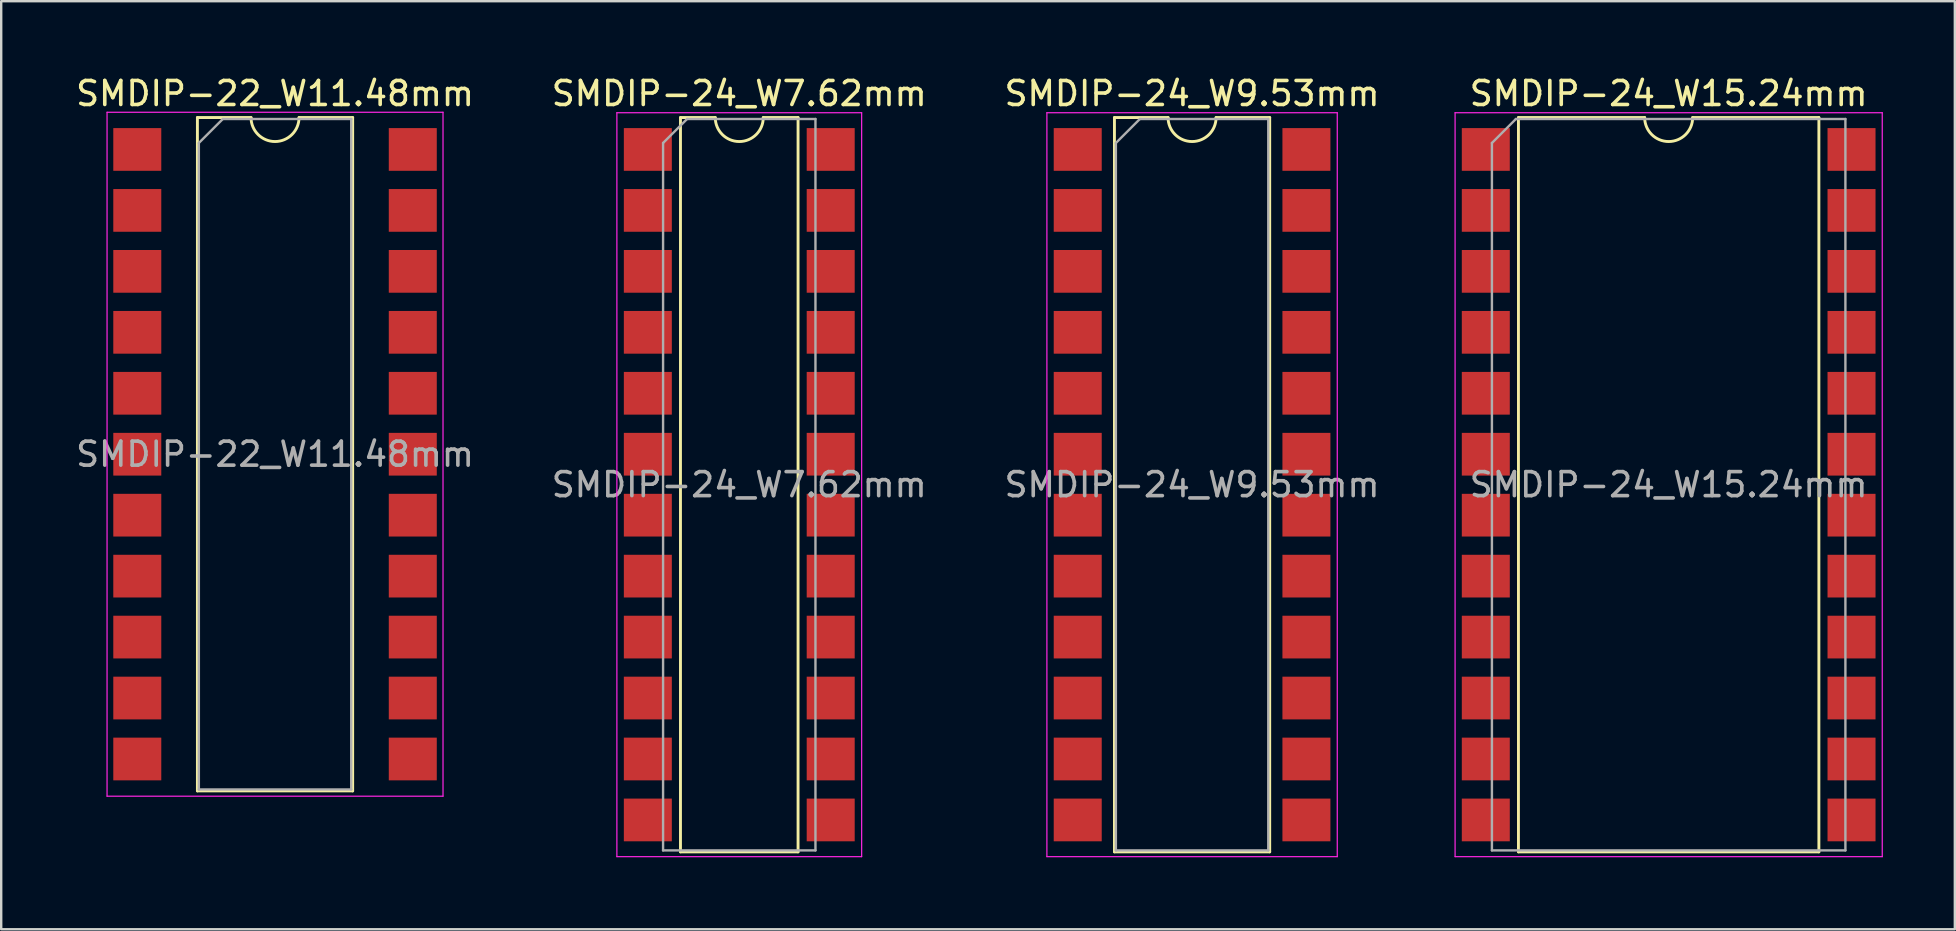
<source format=kicad_pcb>
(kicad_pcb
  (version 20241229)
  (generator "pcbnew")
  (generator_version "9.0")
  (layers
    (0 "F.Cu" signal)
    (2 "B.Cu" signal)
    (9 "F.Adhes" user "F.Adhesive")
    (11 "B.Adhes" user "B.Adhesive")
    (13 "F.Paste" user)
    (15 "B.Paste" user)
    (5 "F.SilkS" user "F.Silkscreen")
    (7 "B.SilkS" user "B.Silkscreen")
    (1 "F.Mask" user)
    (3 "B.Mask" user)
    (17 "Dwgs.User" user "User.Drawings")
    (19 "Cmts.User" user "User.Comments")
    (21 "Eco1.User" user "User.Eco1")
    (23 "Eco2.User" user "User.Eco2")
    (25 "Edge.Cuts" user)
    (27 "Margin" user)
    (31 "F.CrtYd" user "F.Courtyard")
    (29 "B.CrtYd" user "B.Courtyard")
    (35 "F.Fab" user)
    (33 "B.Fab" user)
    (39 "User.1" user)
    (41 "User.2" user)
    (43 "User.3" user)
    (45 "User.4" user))
  (footprint "SMDIP-24_W9.53mm"
    (layer "F.Cu")
    (at 46.625 17.148)
    (property "Reference" "SMDIP-24_W9.53mm" (at 0 -16.3 0) (layer "F.SilkS") (effects (font (size 1 1) (thickness 0.15))))
    (attr smd)
    (fp_line (start -3.235 -15.3) (end -3.235 15.3) (stroke (width 0.12) (type solid)) (layer "F.SilkS"))
    (fp_line (start -3.235 15.3) (end 3.235 15.3) (stroke (width 0.12) (type solid)) (layer "F.SilkS"))
    (fp_line (start -1 -15.3) (end -3.235 -15.3) (stroke (width 0.12) (type solid)) (layer "F.SilkS"))
    (fp_line (start 3.235 -15.3) (end 1 -15.3) (stroke (width 0.12) (type solid)) (layer "F.SilkS"))
    (fp_line (start 3.235 15.3) (end 3.235 -15.3) (stroke (width 0.12) (type solid)) (layer "F.SilkS"))
    (fp_arc (start 1 -15.3) (mid 0 -14.3) (end -1 -15.3) (stroke (width 0.12) (type solid)) (layer "F.SilkS"))
    (fp_line (start -6.05 -15.5) (end -6.05 15.5) (stroke (width 0.05) (type solid)) (layer "F.CrtYd"))
    (fp_line (start -6.05 15.5) (end 6.05 15.5) (stroke (width 0.05) (type solid)) (layer "F.CrtYd"))
    (fp_line (start 6.05 -15.5) (end -6.05 -15.5) (stroke (width 0.05) (type solid)) (layer "F.CrtYd"))
    (fp_line (start 6.05 15.5) (end 6.05 -15.5) (stroke (width 0.05) (type solid)) (layer "F.CrtYd"))
    (fp_line (start -3.175 -14.24) (end -2.175 -15.24) (stroke (width 0.1) (type solid)) (layer "F.Fab"))
    (fp_line (start -3.175 15.24) (end -3.175 -14.24) (stroke (width 0.1) (type solid)) (layer "F.Fab"))
    (fp_line (start -2.175 -15.24) (end 3.175 -15.24) (stroke (width 0.1) (type solid)) (layer "F.Fab"))
    (fp_line (start 3.175 -15.24) (end 3.175 15.24) (stroke (width 0.1) (type solid)) (layer "F.Fab"))
    (fp_line (start 3.175 15.24) (end -3.175 15.24) (stroke (width 0.1) (type solid)) (layer "F.Fab"))
    (fp_text user "${REFERENCE}" (at 0 0 0) (layer "F.Fab") (effects (font (size 1 1) (thickness 0.15))))
    (pad "1" smd rect (at -4.765 -13.97) (size 2 1.78) (layers "F.Cu" "F.Mask" "F.Paste"))
    (pad "2" smd rect (at -4.765 -11.43) (size 2 1.78) (layers "F.Cu" "F.Mask" "F.Paste"))
    (pad "3" smd rect (at -4.765 -8.89) (size 2 1.78) (layers "F.Cu" "F.Mask" "F.Paste"))
    (pad "4" smd rect (at -4.765 -6.35) (size 2 1.78) (layers "F.Cu" "F.Mask" "F.Paste"))
    (pad "5" smd rect (at -4.765 -3.81) (size 2 1.78) (layers "F.Cu" "F.Mask" "F.Paste"))
    (pad "6" smd rect (at -4.765 -1.27) (size 2 1.78) (layers "F.Cu" "F.Mask" "F.Paste"))
    (pad "7" smd rect (at -4.765 1.27) (size 2 1.78) (layers "F.Cu" "F.Mask" "F.Paste"))
    (pad "8" smd rect (at -4.765 3.81) (size 2 1.78) (layers "F.Cu" "F.Mask" "F.Paste"))
    (pad "9" smd rect (at -4.765 6.35) (size 2 1.78) (layers "F.Cu" "F.Mask" "F.Paste"))
    (pad "10" smd rect (at -4.765 8.89) (size 2 1.78) (layers "F.Cu" "F.Mask" "F.Paste"))
    (pad "11" smd rect (at -4.765 11.43) (size 2 1.78) (layers "F.Cu" "F.Mask" "F.Paste"))
    (pad "12" smd rect (at -4.765 13.97) (size 2 1.78) (layers "F.Cu" "F.Mask" "F.Paste"))
    (pad "13" smd rect (at 4.765 13.97) (size 2 1.78) (layers "F.Cu" "F.Mask" "F.Paste"))
    (pad "14" smd rect (at 4.765 11.43) (size 2 1.78) (layers "F.Cu" "F.Mask" "F.Paste"))
    (pad "15" smd rect (at 4.765 8.89) (size 2 1.78) (layers "F.Cu" "F.Mask" "F.Paste"))
    (pad "16" smd rect (at 4.765 6.35) (size 2 1.78) (layers "F.Cu" "F.Mask" "F.Paste"))
    (pad "17" smd rect (at 4.765 3.81) (size 2 1.78) (layers "F.Cu" "F.Mask" "F.Paste"))
    (pad "18" smd rect (at 4.765 1.27) (size 2 1.78) (layers "F.Cu" "F.Mask" "F.Paste"))
    (pad "19" smd rect (at 4.765 -1.27) (size 2 1.78) (layers "F.Cu" "F.Mask" "F.Paste"))
    (pad "20" smd rect (at 4.765 -3.81) (size 2 1.78) (layers "F.Cu" "F.Mask" "F.Paste"))
    (pad "21" smd rect (at 4.765 -6.35) (size 2 1.78) (layers "F.Cu" "F.Mask" "F.Paste"))
    (pad "22" smd rect (at 4.765 -8.89) (size 2 1.78) (layers "F.Cu" "F.Mask" "F.Paste"))
    (pad "23" smd rect (at 4.765 -11.43) (size 2 1.78) (layers "F.Cu" "F.Mask" "F.Paste"))
    (pad "24" smd rect (at 4.765 -13.97) (size 2 1.78) (layers "F.Cu" "F.Mask" "F.Paste")))
  (footprint "SMDIP-22_W11.48mm"
    (layer "F.Cu")
    (at 8.411 15.878)
    (property "Reference" "SMDIP-22_W11.48mm" (at 0 -15.03 0) (layer "F.SilkS") (effects (font (size 1 1) (thickness 0.15))))
    (attr smd)
    (fp_line (start -3.235 -14.03) (end -3.235 14.03) (stroke (width 0.12) (type solid)) (layer "F.SilkS"))
    (fp_line (start -3.235 14.03) (end 3.235 14.03) (stroke (width 0.12) (type solid)) (layer "F.SilkS"))
    (fp_line (start -1 -14.03) (end -3.235 -14.03) (stroke (width 0.12) (type solid)) (layer "F.SilkS"))
    (fp_line (start 3.235 -14.03) (end 1 -14.03) (stroke (width 0.12) (type solid)) (layer "F.SilkS"))
    (fp_line (start 3.235 14.03) (end 3.235 -14.03) (stroke (width 0.12) (type solid)) (layer "F.SilkS"))
    (fp_arc (start 1 -14.03) (mid 0 -13.03) (end -1 -14.03) (stroke (width 0.12) (type solid)) (layer "F.SilkS"))
    (fp_line (start -7 -14.25) (end -7 14.25) (stroke (width 0.05) (type solid)) (layer "F.CrtYd"))
    (fp_line (start -7 14.25) (end 7 14.25) (stroke (width 0.05) (type solid)) (layer "F.CrtYd"))
    (fp_line (start 7 -14.25) (end -7 -14.25) (stroke (width 0.05) (type solid)) (layer "F.CrtYd"))
    (fp_line (start 7 14.25) (end 7 -14.25) (stroke (width 0.05) (type solid)) (layer "F.CrtYd"))
    (fp_line (start -3.175 -12.97) (end -2.175 -13.97) (stroke (width 0.1) (type solid)) (layer "F.Fab"))
    (fp_line (start -3.175 13.97) (end -3.175 -12.97) (stroke (width 0.1) (type solid)) (layer "F.Fab"))
    (fp_line (start -2.175 -13.97) (end 3.175 -13.97) (stroke (width 0.1) (type solid)) (layer "F.Fab"))
    (fp_line (start 3.175 -13.97) (end 3.175 13.97) (stroke (width 0.1) (type solid)) (layer "F.Fab"))
    (fp_line (start 3.175 13.97) (end -3.175 13.97) (stroke (width 0.1) (type solid)) (layer "F.Fab"))
    (fp_text user "${REFERENCE}" (at 0 0 0) (layer "F.Fab") (effects (font (size 1 1) (thickness 0.15))))
    (pad "1" smd rect (at -5.74 -12.7) (size 2 1.78) (layers "F.Cu" "F.Mask" "F.Paste"))
    (pad "2" smd rect (at -5.74 -10.16) (size 2 1.78) (layers "F.Cu" "F.Mask" "F.Paste"))
    (pad "3" smd rect (at -5.74 -7.62) (size 2 1.78) (layers "F.Cu" "F.Mask" "F.Paste"))
    (pad "4" smd rect (at -5.74 -5.08) (size 2 1.78) (layers "F.Cu" "F.Mask" "F.Paste"))
    (pad "5" smd rect (at -5.74 -2.54) (size 2 1.78) (layers "F.Cu" "F.Mask" "F.Paste"))
    (pad "6" smd rect (at -5.74 0) (size 2 1.78) (layers "F.Cu" "F.Mask" "F.Paste"))
    (pad "7" smd rect (at -5.74 2.54) (size 2 1.78) (layers "F.Cu" "F.Mask" "F.Paste"))
    (pad "8" smd rect (at -5.74 5.08) (size 2 1.78) (layers "F.Cu" "F.Mask" "F.Paste"))
    (pad "9" smd rect (at -5.74 7.62) (size 2 1.78) (layers "F.Cu" "F.Mask" "F.Paste"))
    (pad "10" smd rect (at -5.74 10.16) (size 2 1.78) (layers "F.Cu" "F.Mask" "F.Paste"))
    (pad "11" smd rect (at -5.74 12.7) (size 2 1.78) (layers "F.Cu" "F.Mask" "F.Paste"))
    (pad "12" smd rect (at 5.74 12.7) (size 2 1.78) (layers "F.Cu" "F.Mask" "F.Paste"))
    (pad "13" smd rect (at 5.74 10.16) (size 2 1.78) (layers "F.Cu" "F.Mask" "F.Paste"))
    (pad "14" smd rect (at 5.74 7.62) (size 2 1.78) (layers "F.Cu" "F.Mask" "F.Paste"))
    (pad "15" smd rect (at 5.74 5.08) (size 2 1.78) (layers "F.Cu" "F.Mask" "F.Paste"))
    (pad "16" smd rect (at 5.74 2.54) (size 2 1.78) (layers "F.Cu" "F.Mask" "F.Paste"))
    (pad "17" smd rect (at 5.74 0) (size 2 1.78) (layers "F.Cu" "F.Mask" "F.Paste"))
    (pad "18" smd rect (at 5.74 -2.54) (size 2 1.78) (layers "F.Cu" "F.Mask" "F.Paste"))
    (pad "19" smd rect (at 5.74 -5.08) (size 2 1.78) (layers "F.Cu" "F.Mask" "F.Paste"))
    (pad "20" smd rect (at 5.74 -7.62) (size 2 1.78) (layers "F.Cu" "F.Mask" "F.Paste"))
    (pad "21" smd rect (at 5.74 -10.16) (size 2 1.78) (layers "F.Cu" "F.Mask" "F.Paste"))
    (pad "22" smd rect (at 5.74 -12.7) (size 2 1.78) (layers "F.Cu" "F.Mask" "F.Paste")))
  (footprint "SMDIP-24_W15.24mm"
    (layer "F.Cu")
    (at 66.485 17.148)
    (property "Reference" "SMDIP-24_W15.24mm" (at 0 -16.3 0) (layer "F.SilkS") (effects (font (size 1 1) (thickness 0.15))))
    (attr smd)
    (fp_line (start -6.26 -15.3) (end -6.26 15.3) (stroke (width 0.12) (type solid)) (layer "F.SilkS"))
    (fp_line (start -6.26 15.3) (end 6.26 15.3) (stroke (width 0.12) (type solid)) (layer "F.SilkS"))
    (fp_line (start -1 -15.3) (end -6.26 -15.3) (stroke (width 0.12) (type solid)) (layer "F.SilkS"))
    (fp_line (start 6.26 -15.3) (end 1 -15.3) (stroke (width 0.12) (type solid)) (layer "F.SilkS"))
    (fp_line (start 6.26 15.3) (end 6.26 -15.3) (stroke (width 0.12) (type solid)) (layer "F.SilkS"))
    (fp_arc (start 1 -15.3) (mid 0 -14.3) (end -1 -15.3) (stroke (width 0.12) (type solid)) (layer "F.SilkS"))
    (fp_line (start -8.9 -15.5) (end -8.9 15.5) (stroke (width 0.05) (type solid)) (layer "F.CrtYd"))
    (fp_line (start -8.9 15.5) (end 8.9 15.5) (stroke (width 0.05) (type solid)) (layer "F.CrtYd"))
    (fp_line (start 8.9 -15.5) (end -8.9 -15.5) (stroke (width 0.05) (type solid)) (layer "F.CrtYd"))
    (fp_line (start 8.9 15.5) (end 8.9 -15.5) (stroke (width 0.05) (type solid)) (layer "F.CrtYd"))
    (fp_line (start -7.365 -14.24) (end -6.365 -15.24) (stroke (width 0.1) (type solid)) (layer "F.Fab"))
    (fp_line (start -7.365 15.24) (end -7.365 -14.24) (stroke (width 0.1) (type solid)) (layer "F.Fab"))
    (fp_line (start -6.365 -15.24) (end 7.365 -15.24) (stroke (width 0.1) (type solid)) (layer "F.Fab"))
    (fp_line (start 7.365 -15.24) (end 7.365 15.24) (stroke (width 0.1) (type solid)) (layer "F.Fab"))
    (fp_line (start 7.365 15.24) (end -7.365 15.24) (stroke (width 0.1) (type solid)) (layer "F.Fab"))
    (fp_text user "${REFERENCE}" (at 0 0 0) (layer "F.Fab") (effects (font (size 1 1) (thickness 0.15))))
    (pad "1" smd rect (at -7.62 -13.97) (size 2 1.78) (layers "F.Cu" "F.Mask" "F.Paste"))
    (pad "2" smd rect (at -7.62 -11.43) (size 2 1.78) (layers "F.Cu" "F.Mask" "F.Paste"))
    (pad "3" smd rect (at -7.62 -8.89) (size 2 1.78) (layers "F.Cu" "F.Mask" "F.Paste"))
    (pad "4" smd rect (at -7.62 -6.35) (size 2 1.78) (layers "F.Cu" "F.Mask" "F.Paste"))
    (pad "5" smd rect (at -7.62 -3.81) (size 2 1.78) (layers "F.Cu" "F.Mask" "F.Paste"))
    (pad "6" smd rect (at -7.62 -1.27) (size 2 1.78) (layers "F.Cu" "F.Mask" "F.Paste"))
    (pad "7" smd rect (at -7.62 1.27) (size 2 1.78) (layers "F.Cu" "F.Mask" "F.Paste"))
    (pad "8" smd rect (at -7.62 3.81) (size 2 1.78) (layers "F.Cu" "F.Mask" "F.Paste"))
    (pad "9" smd rect (at -7.62 6.35) (size 2 1.78) (layers "F.Cu" "F.Mask" "F.Paste"))
    (pad "10" smd rect (at -7.62 8.89) (size 2 1.78) (layers "F.Cu" "F.Mask" "F.Paste"))
    (pad "11" smd rect (at -7.62 11.43) (size 2 1.78) (layers "F.Cu" "F.Mask" "F.Paste"))
    (pad "12" smd rect (at -7.62 13.97) (size 2 1.78) (layers "F.Cu" "F.Mask" "F.Paste"))
    (pad "13" smd rect (at 7.62 13.97) (size 2 1.78) (layers "F.Cu" "F.Mask" "F.Paste"))
    (pad "14" smd rect (at 7.62 11.43) (size 2 1.78) (layers "F.Cu" "F.Mask" "F.Paste"))
    (pad "15" smd rect (at 7.62 8.89) (size 2 1.78) (layers "F.Cu" "F.Mask" "F.Paste"))
    (pad "16" smd rect (at 7.62 6.35) (size 2 1.78) (layers "F.Cu" "F.Mask" "F.Paste"))
    (pad "17" smd rect (at 7.62 3.81) (size 2 1.78) (layers "F.Cu" "F.Mask" "F.Paste"))
    (pad "18" smd rect (at 7.62 1.27) (size 2 1.78) (layers "F.Cu" "F.Mask" "F.Paste"))
    (pad "19" smd rect (at 7.62 -1.27) (size 2 1.78) (layers "F.Cu" "F.Mask" "F.Paste"))
    (pad "20" smd rect (at 7.62 -3.81) (size 2 1.78) (layers "F.Cu" "F.Mask" "F.Paste"))
    (pad "21" smd rect (at 7.62 -6.35) (size 2 1.78) (layers "F.Cu" "F.Mask" "F.Paste"))
    (pad "22" smd rect (at 7.62 -8.89) (size 2 1.78) (layers "F.Cu" "F.Mask" "F.Paste"))
    (pad "23" smd rect (at 7.62 -11.43) (size 2 1.78) (layers "F.Cu" "F.Mask" "F.Paste"))
    (pad "24" smd rect (at 7.62 -13.97) (size 2 1.78) (layers "F.Cu" "F.Mask" "F.Paste")))
  (footprint "SMDIP-24_W7.62mm"
    (layer "F.Cu")
    (at 27.756 17.148)
    (property "Reference" "SMDIP-24_W7.62mm" (at 0 -16.3 0) (layer "F.SilkS") (effects (font (size 1 1) (thickness 0.15))))
    (attr smd)
    (fp_line (start -2.45 -15.3) (end -2.45 15.3) (stroke (width 0.12) (type solid)) (layer "F.SilkS"))
    (fp_line (start -2.45 15.3) (end 2.45 15.3) (stroke (width 0.12) (type solid)) (layer "F.SilkS"))
    (fp_line (start -1 -15.3) (end -2.45 -15.3) (stroke (width 0.12) (type solid)) (layer "F.SilkS"))
    (fp_line (start 2.45 -15.3) (end 1 -15.3) (stroke (width 0.12) (type solid)) (layer "F.SilkS"))
    (fp_line (start 2.45 15.3) (end 2.45 -15.3) (stroke (width 0.12) (type solid)) (layer "F.SilkS"))
    (fp_arc (start 1 -15.3) (mid 0 -14.3) (end -1 -15.3) (stroke (width 0.12) (type solid)) (layer "F.SilkS"))
    (fp_line (start -5.1 -15.5) (end -5.1 15.5) (stroke (width 0.05) (type solid)) (layer "F.CrtYd"))
    (fp_line (start -5.1 15.5) (end 5.1 15.5) (stroke (width 0.05) (type solid)) (layer "F.CrtYd"))
    (fp_line (start 5.1 -15.5) (end -5.1 -15.5) (stroke (width 0.05) (type solid)) (layer "F.CrtYd"))
    (fp_line (start 5.1 15.5) (end 5.1 -15.5) (stroke (width 0.05) (type solid)) (layer "F.CrtYd"))
    (fp_line (start -3.175 -14.24) (end -2.175 -15.24) (stroke (width 0.1) (type solid)) (layer "F.Fab"))
    (fp_line (start -3.175 15.24) (end -3.175 -14.24) (stroke (width 0.1) (type solid)) (layer "F.Fab"))
    (fp_line (start -2.175 -15.24) (end 3.175 -15.24) (stroke (width 0.1) (type solid)) (layer "F.Fab"))
    (fp_line (start 3.175 -15.24) (end 3.175 15.24) (stroke (width 0.1) (type solid)) (layer "F.Fab"))
    (fp_line (start 3.175 15.24) (end -3.175 15.24) (stroke (width 0.1) (type solid)) (layer "F.Fab"))
    (fp_text user "${REFERENCE}" (at 0 0 0) (layer "F.Fab") (effects (font (size 1 1) (thickness 0.15))))
    (pad "1" smd rect (at -3.81 -13.97) (size 2 1.78) (layers "F.Cu" "F.Mask" "F.Paste"))
    (pad "2" smd rect (at -3.81 -11.43) (size 2 1.78) (layers "F.Cu" "F.Mask" "F.Paste"))
    (pad "3" smd rect (at -3.81 -8.89) (size 2 1.78) (layers "F.Cu" "F.Mask" "F.Paste"))
    (pad "4" smd rect (at -3.81 -6.35) (size 2 1.78) (layers "F.Cu" "F.Mask" "F.Paste"))
    (pad "5" smd rect (at -3.81 -3.81) (size 2 1.78) (layers "F.Cu" "F.Mask" "F.Paste"))
    (pad "6" smd rect (at -3.81 -1.27) (size 2 1.78) (layers "F.Cu" "F.Mask" "F.Paste"))
    (pad "7" smd rect (at -3.81 1.27) (size 2 1.78) (layers "F.Cu" "F.Mask" "F.Paste"))
    (pad "8" smd rect (at -3.81 3.81) (size 2 1.78) (layers "F.Cu" "F.Mask" "F.Paste"))
    (pad "9" smd rect (at -3.81 6.35) (size 2 1.78) (layers "F.Cu" "F.Mask" "F.Paste"))
    (pad "10" smd rect (at -3.81 8.89) (size 2 1.78) (layers "F.Cu" "F.Mask" "F.Paste"))
    (pad "11" smd rect (at -3.81 11.43) (size 2 1.78) (layers "F.Cu" "F.Mask" "F.Paste"))
    (pad "12" smd rect (at -3.81 13.97) (size 2 1.78) (layers "F.Cu" "F.Mask" "F.Paste"))
    (pad "13" smd rect (at 3.81 13.97) (size 2 1.78) (layers "F.Cu" "F.Mask" "F.Paste"))
    (pad "14" smd rect (at 3.81 11.43) (size 2 1.78) (layers "F.Cu" "F.Mask" "F.Paste"))
    (pad "15" smd rect (at 3.81 8.89) (size 2 1.78) (layers "F.Cu" "F.Mask" "F.Paste"))
    (pad "16" smd rect (at 3.81 6.35) (size 2 1.78) (layers "F.Cu" "F.Mask" "F.Paste"))
    (pad "17" smd rect (at 3.81 3.81) (size 2 1.78) (layers "F.Cu" "F.Mask" "F.Paste"))
    (pad "18" smd rect (at 3.81 1.27) (size 2 1.78) (layers "F.Cu" "F.Mask" "F.Paste"))
    (pad "19" smd rect (at 3.81 -1.27) (size 2 1.78) (layers "F.Cu" "F.Mask" "F.Paste"))
    (pad "20" smd rect (at 3.81 -3.81) (size 2 1.78) (layers "F.Cu" "F.Mask" "F.Paste"))
    (pad "21" smd rect (at 3.81 -6.35) (size 2 1.78) (layers "F.Cu" "F.Mask" "F.Paste"))
    (pad "22" smd rect (at 3.81 -8.89) (size 2 1.78) (layers "F.Cu" "F.Mask" "F.Paste"))
    (pad "23" smd rect (at 3.81 -11.43) (size 2 1.78) (layers "F.Cu" "F.Mask" "F.Paste"))
    (pad "24" smd rect (at 3.81 -13.97) (size 2 1.78) (layers "F.Cu" "F.Mask" "F.Paste")))
  (gr_rect
    (start -3 -3)
    (end 78.41 35.673)
    (stroke (width 0.1) (type default))
    (fill no)
    (layer "Edge.Cuts")))
</source>
